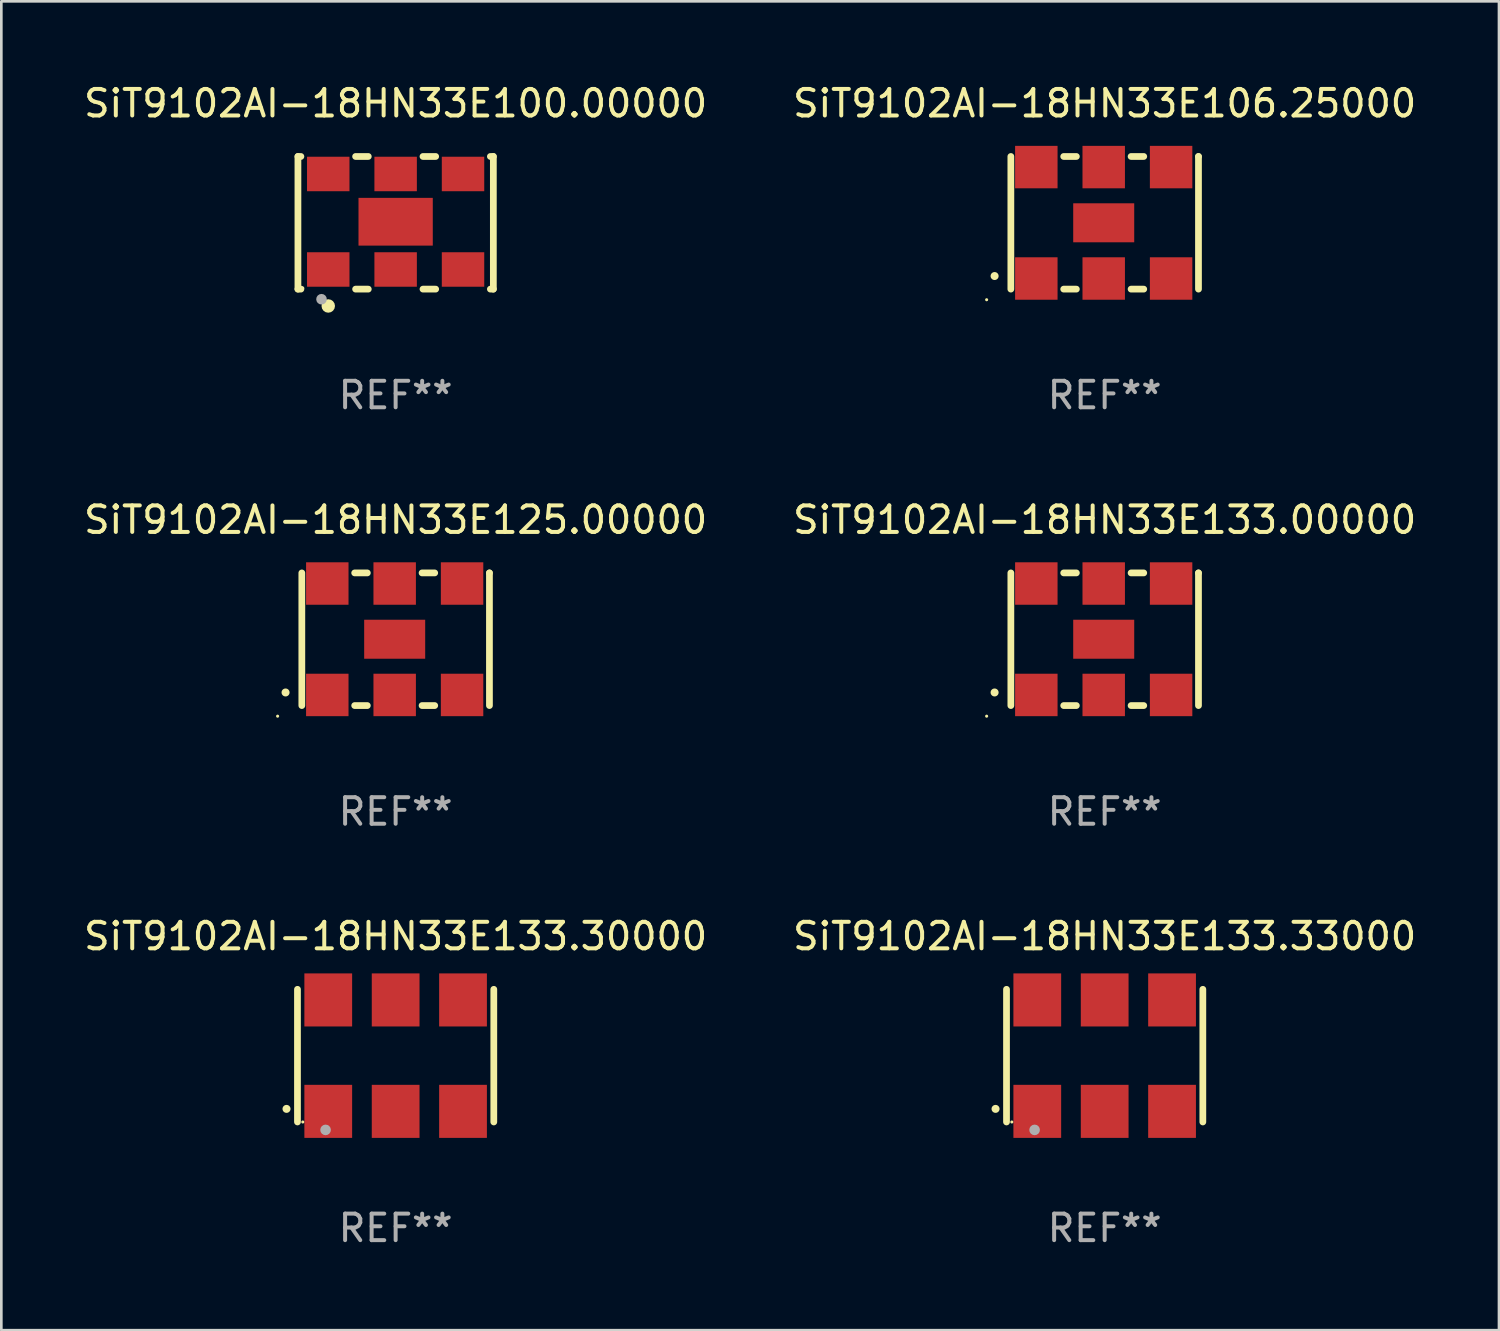
<source format=kicad_pcb>
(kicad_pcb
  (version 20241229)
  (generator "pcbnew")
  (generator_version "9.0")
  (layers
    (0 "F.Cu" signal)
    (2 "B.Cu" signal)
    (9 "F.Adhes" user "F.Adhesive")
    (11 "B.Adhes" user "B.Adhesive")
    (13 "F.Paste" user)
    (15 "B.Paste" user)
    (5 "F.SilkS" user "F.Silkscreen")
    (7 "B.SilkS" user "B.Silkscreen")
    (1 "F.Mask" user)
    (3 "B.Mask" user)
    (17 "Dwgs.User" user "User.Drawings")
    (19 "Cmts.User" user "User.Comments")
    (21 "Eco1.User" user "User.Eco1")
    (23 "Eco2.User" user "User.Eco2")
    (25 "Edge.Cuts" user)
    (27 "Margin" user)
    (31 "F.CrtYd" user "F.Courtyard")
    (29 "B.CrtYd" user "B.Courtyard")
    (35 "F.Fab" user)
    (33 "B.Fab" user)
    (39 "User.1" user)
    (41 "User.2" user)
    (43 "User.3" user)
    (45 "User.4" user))
  (footprint "SiT9102AI-18HN33E133.00000"
    (layer "F.Cu")
    (at 38.589 21.045)
    (property "Reference" "SiT9102AI-18HN33E133.00000" (at 0 -4.5 0) (layer "F.SilkS") (effects (font (size 1 1) (thickness 0.15))))
    (attr through_hole)
    (fp_line (start -3.536 -2.5) (end -3.536 2.5) (stroke (width 0.254) (type solid)) (layer "F.SilkS"))
    (fp_line (start -1.544 2.5) (end -1.067 2.5) (stroke (width 0.254) (type solid)) (layer "F.SilkS"))
    (fp_line (start -1.067 -2.5) (end -1.544 -2.5) (stroke (width 0.254) (type solid)) (layer "F.SilkS"))
    (fp_line (start 0.996 2.5) (end 1.473 2.5) (stroke (width 0.254) (type solid)) (layer "F.SilkS"))
    (fp_line (start 1.473 -2.5) (end 0.996 -2.5) (stroke (width 0.254) (type solid)) (layer "F.SilkS"))
    (fp_line (start 3.536 -2.5) (end 3.536 -2.5) (stroke (width 0.254) (type solid)) (layer "F.SilkS"))
    (fp_line (start 3.536 2.5) (end 3.536 -2.5) (stroke (width 0.254) (type solid)) (layer "F.SilkS"))
    (fp_arc (start -4.150432 2.006604) (mid -4.149162 2.006599) (end -4.147892 2.006604) (stroke (width 0.3) (type solid)) (layer "F.SilkS"))
    (fp_circle (center -4.449 2.9) (end -4.419 2.9) (stroke (width 0.06) (type solid)) (fill no) (layer "F.SilkS"))
    (fp_text user "REF**" (at 0 6.5 0) (layer "F.Fab") (effects (font (size 1 1) (thickness 0.15))))
    (pad "1" smd rect (at -2.576 2.1) (size 1.6 1.6) (layers "F.Cu" "F.Mask" "F.Paste"))
    (pad "2" smd rect (at -0.036 2.1) (size 1.6 1.6) (layers "F.Cu" "F.Mask" "F.Paste"))
    (pad "3" smd rect (at 2.504 2.1) (size 1.6 1.6) (layers "F.Cu" "F.Mask" "F.Paste"))
    (pad "4" smd rect (at 2.504 -2.1) (size 1.6 1.6) (layers "F.Cu" "F.Mask" "F.Paste"))
    (pad "5" smd rect (at -0.036 -2.1) (size 1.6 1.6) (layers "F.Cu" "F.Mask" "F.Paste"))
    (pad "6" smd rect (at -2.576 -2.1) (size 1.6 1.6) (layers "F.Cu" "F.Mask" "F.Paste"))
    (pad "7" smd rect (at -0.036 0) (size 2.3 1.47) (layers "F.Cu" "F.Mask" "F.Paste")))
  (footprint "SiT9102AI-18HN33E106.25000"
    (layer "F.Cu")
    (at 38.589 5.348)
    (property "Reference" "SiT9102AI-18HN33E106.25000" (at 0 -4.5 0) (layer "F.SilkS") (effects (font (size 1 1) (thickness 0.15))))
    (attr through_hole)
    (fp_line (start -3.536 -2.5) (end -3.536 2.5) (stroke (width 0.254) (type solid)) (layer "F.SilkS"))
    (fp_line (start -1.544 2.5) (end -1.067 2.5) (stroke (width 0.254) (type solid)) (layer "F.SilkS"))
    (fp_line (start -1.067 -2.5) (end -1.544 -2.5) (stroke (width 0.254) (type solid)) (layer "F.SilkS"))
    (fp_line (start 0.996 2.5) (end 1.473 2.5) (stroke (width 0.254) (type solid)) (layer "F.SilkS"))
    (fp_line (start 1.473 -2.5) (end 0.996 -2.5) (stroke (width 0.254) (type solid)) (layer "F.SilkS"))
    (fp_line (start 3.536 -2.5) (end 3.536 -2.5) (stroke (width 0.254) (type solid)) (layer "F.SilkS"))
    (fp_line (start 3.536 2.5) (end 3.536 -2.5) (stroke (width 0.254) (type solid)) (layer "F.SilkS"))
    (fp_arc (start -4.150432 2.006604) (mid -4.149162 2.006599) (end -4.147892 2.006604) (stroke (width 0.3) (type solid)) (layer "F.SilkS"))
    (fp_circle (center -4.449 2.9) (end -4.419 2.9) (stroke (width 0.06) (type solid)) (fill no) (layer "F.SilkS"))
    (fp_text user "REF**" (at 0 6.5 0) (layer "F.Fab") (effects (font (size 1 1) (thickness 0.15))))
    (pad "1" smd rect (at -2.576 2.1) (size 1.6 1.6) (layers "F.Cu" "F.Mask" "F.Paste"))
    (pad "2" smd rect (at -0.036 2.1) (size 1.6 1.6) (layers "F.Cu" "F.Mask" "F.Paste"))
    (pad "3" smd rect (at 2.504 2.1) (size 1.6 1.6) (layers "F.Cu" "F.Mask" "F.Paste"))
    (pad "4" smd rect (at 2.504 -2.1) (size 1.6 1.6) (layers "F.Cu" "F.Mask" "F.Paste"))
    (pad "5" smd rect (at -0.036 -2.1) (size 1.6 1.6) (layers "F.Cu" "F.Mask" "F.Paste"))
    (pad "6" smd rect (at -2.576 -2.1) (size 1.6 1.6) (layers "F.Cu" "F.Mask" "F.Paste"))
    (pad "7" smd rect (at -0.036 0) (size 2.3 1.47) (layers "F.Cu" "F.Mask" "F.Paste")))
  (footprint "SiT9102AI-18HN33E133.30000"
    (layer "F.Cu")
    (at 11.863 36.741)
    (property "Reference" "SiT9102AI-18HN33E133.30000" (at 0 -4.5 0) (layer "F.SilkS") (effects (font (size 1 1) (thickness 0.15))))
    (attr through_hole)
    (fp_line (start -3.7 -2.5) (end -3.7 2.5) (stroke (width 0.254) (type solid)) (layer "F.SilkS"))
    (fp_line (start 3.7 -2.5) (end 3.7 2.5) (stroke (width 0.254) (type solid)) (layer "F.SilkS"))
    (fp_arc (start -4.114415 2.006604) (mid -4.113145 2.006599) (end -4.111875 2.006604) (stroke (width 0.3) (type solid)) (layer "F.SilkS"))
    (fp_circle (center -3.5 2.501) (end -3.47 2.501) (stroke (width 0.06) (type solid)) (fill no) (layer "F.SilkS"))
    (fp_circle (center -2.641 2.799) (end -2.541 2.799) (stroke (width 0.2) (type solid)) (fill no) (layer "F.Fab"))
    (fp_text user "REF**" (at 0 6.5 0) (layer "F.Fab") (effects (font (size 1 1) (thickness 0.15))))
    (pad "1" smd rect (at -2.54 2.1) (size 1.8 2) (layers "F.Cu" "F.Mask" "F.Paste"))
    (pad "2" smd rect (at 0.000394 2.1) (size 1.8 2) (layers "F.Cu" "F.Mask" "F.Paste"))
    (pad "3" smd rect (at 2.54 2.1) (size 1.8 2) (layers "F.Cu" "F.Mask" "F.Paste"))
    (pad "4" smd rect (at 2.54 -2.1) (size 1.8 2) (layers "F.Cu" "F.Mask" "F.Paste"))
    (pad "5" smd rect (at 0.000394 -2.1) (size 1.8 2) (layers "F.Cu" "F.Mask" "F.Paste"))
    (pad "6" smd rect (at -2.54 -2.1) (size 1.8 2) (layers "F.Cu" "F.Mask" "F.Paste")))
  (footprint "SiT9102AI-18HN33E100.00000"
    (layer "F.Cu")
    (at 11.863 5.348)
    (property "Reference" "SiT9102AI-18HN33E100.00000" (at 0 -4.5 0) (layer "F.SilkS") (effects (font (size 1 1) (thickness 0.15))))
    (attr through_hole)
    (fp_line (start -3.683 -2.5) (end -3.571 -2.5) (stroke (width 0.254) (type solid)) (layer "F.SilkS"))
    (fp_line (start -3.683 2.5) (end -3.683 -2.5) (stroke (width 0.254) (type solid)) (layer "F.SilkS"))
    (fp_line (start -3.683 2.5) (end -3.571 2.5) (stroke (width 0.254) (type solid)) (layer "F.SilkS"))
    (fp_line (start -1.509 -2.5) (end -1.031 -2.5) (stroke (width 0.254) (type solid)) (layer "F.SilkS"))
    (fp_line (start -1.509 2.5) (end -1.031 2.5) (stroke (width 0.254) (type solid)) (layer "F.SilkS"))
    (fp_line (start 1.031 -2.5) (end 1.509 -2.5) (stroke (width 0.254) (type solid)) (layer "F.SilkS"))
    (fp_line (start 1.031 2.5) (end 1.509 2.5) (stroke (width 0.254) (type solid)) (layer "F.SilkS"))
    (fp_line (start 3.571 -2.5) (end 3.683 -2.5) (stroke (width 0.254) (type solid)) (layer "F.SilkS"))
    (fp_line (start 3.571 2.5) (end 3.683 2.5) (stroke (width 0.254) (type solid)) (layer "F.SilkS"))
    (fp_line (start 3.683 2.5) (end 3.683 -2.5) (stroke (width 0.254) (type solid)) (layer "F.SilkS"))
    (fp_circle (center -3.5 2.46) (end -3.47 2.46) (stroke (width 0.06) (type solid)) (fill no) (layer "F.SilkS"))
    (fp_circle (center -2.54 3.135) (end -2.413 3.135) (stroke (width 0.254) (type solid)) (fill no) (layer "F.SilkS"))
    (fp_circle (center -2.794 2.881) (end -2.694 2.881) (stroke (width 0.2) (type solid)) (fill no) (layer "F.Fab"))
    (fp_text user "REF**" (at 0 6.5 0) (layer "F.Fab") (effects (font (size 1 1) (thickness 0.15))))
    (pad "1" smd rect (at -2.54 1.76) (size 1.6 1.3) (layers "F.Cu" "F.Mask" "F.Paste"))
    (pad "2" smd rect (at 0 1.76) (size 1.6 1.3) (layers "F.Cu" "F.Mask" "F.Paste"))
    (pad "3" smd rect (at 2.54 1.76) (size 1.6 1.3) (layers "F.Cu" "F.Mask" "F.Paste"))
    (pad "4" smd rect (at 2.54 -1.84) (size 1.6 1.3) (layers "F.Cu" "F.Mask" "F.Paste"))
    (pad "5" smd rect (at 0 -1.84) (size 1.6 1.3) (layers "F.Cu" "F.Mask" "F.Paste"))
    (pad "6" smd rect (at -2.54 -1.84) (size 1.6 1.3) (layers "F.Cu" "F.Mask" "F.Paste"))
    (pad "7" smd rect (at 0 -0.04) (size 2.8 1.8) (layers "F.Cu" "F.Mask" "F.Paste")))
  (footprint "SiT9102AI-18HN33E125.00000"
    (layer "F.Cu")
    (at 11.863 21.045)
    (property "Reference" "SiT9102AI-18HN33E125.00000" (at 0 -4.5 0) (layer "F.SilkS") (effects (font (size 1 1) (thickness 0.15))))
    (attr through_hole)
    (fp_line (start -3.536 -2.5) (end -3.536 2.5) (stroke (width 0.254) (type solid)) (layer "F.SilkS"))
    (fp_line (start -1.544 2.5) (end -1.067 2.5) (stroke (width 0.254) (type solid)) (layer "F.SilkS"))
    (fp_line (start -1.067 -2.5) (end -1.544 -2.5) (stroke (width 0.254) (type solid)) (layer "F.SilkS"))
    (fp_line (start 0.996 2.5) (end 1.473 2.5) (stroke (width 0.254) (type solid)) (layer "F.SilkS"))
    (fp_line (start 1.473 -2.5) (end 0.996 -2.5) (stroke (width 0.254) (type solid)) (layer "F.SilkS"))
    (fp_line (start 3.536 -2.5) (end 3.536 -2.5) (stroke (width 0.254) (type solid)) (layer "F.SilkS"))
    (fp_line (start 3.536 2.5) (end 3.536 -2.5) (stroke (width 0.254) (type solid)) (layer "F.SilkS"))
    (fp_arc (start -4.150432 2.006604) (mid -4.149162 2.006599) (end -4.147892 2.006604) (stroke (width 0.3) (type solid)) (layer "F.SilkS"))
    (fp_circle (center -4.449 2.9) (end -4.419 2.9) (stroke (width 0.06) (type solid)) (fill no) (layer "F.SilkS"))
    (fp_text user "REF**" (at 0 6.5 0) (layer "F.Fab") (effects (font (size 1 1) (thickness 0.15))))
    (pad "1" smd rect (at -2.576 2.1) (size 1.6 1.6) (layers "F.Cu" "F.Mask" "F.Paste"))
    (pad "2" smd rect (at -0.036 2.1) (size 1.6 1.6) (layers "F.Cu" "F.Mask" "F.Paste"))
    (pad "3" smd rect (at 2.504 2.1) (size 1.6 1.6) (layers "F.Cu" "F.Mask" "F.Paste"))
    (pad "4" smd rect (at 2.504 -2.1) (size 1.6 1.6) (layers "F.Cu" "F.Mask" "F.Paste"))
    (pad "5" smd rect (at -0.036 -2.1) (size 1.6 1.6) (layers "F.Cu" "F.Mask" "F.Paste"))
    (pad "6" smd rect (at -2.576 -2.1) (size 1.6 1.6) (layers "F.Cu" "F.Mask" "F.Paste"))
    (pad "7" smd rect (at -0.036 0) (size 2.3 1.47) (layers "F.Cu" "F.Mask" "F.Paste")))
  (footprint "SiT9102AI-18HN33E133.33000"
    (layer "F.Cu")
    (at 38.589 36.741)
    (property "Reference" "SiT9102AI-18HN33E133.33000" (at 0 -4.5 0) (layer "F.SilkS") (effects (font (size 1 1) (thickness 0.15))))
    (attr through_hole)
    (fp_line (start -3.7 -2.5) (end -3.7 2.5) (stroke (width 0.254) (type solid)) (layer "F.SilkS"))
    (fp_line (start 3.7 -2.5) (end 3.7 2.5) (stroke (width 0.254) (type solid)) (layer "F.SilkS"))
    (fp_arc (start -4.114415 2.006604) (mid -4.113145 2.006599) (end -4.111875 2.006604) (stroke (width 0.3) (type solid)) (layer "F.SilkS"))
    (fp_circle (center -3.5 2.501) (end -3.47 2.501) (stroke (width 0.06) (type solid)) (fill no) (layer "F.SilkS"))
    (fp_circle (center -2.641 2.799) (end -2.541 2.799) (stroke (width 0.2) (type solid)) (fill no) (layer "F.Fab"))
    (fp_text user "REF**" (at 0 6.5 0) (layer "F.Fab") (effects (font (size 1 1) (thickness 0.15))))
    (pad "1" smd rect (at -2.54 2.1) (size 1.8 2) (layers "F.Cu" "F.Mask" "F.Paste"))
    (pad "2" smd rect (at 0.000394 2.1) (size 1.8 2) (layers "F.Cu" "F.Mask" "F.Paste"))
    (pad "3" smd rect (at 2.54 2.1) (size 1.8 2) (layers "F.Cu" "F.Mask" "F.Paste"))
    (pad "4" smd rect (at 2.54 -2.1) (size 1.8 2) (layers "F.Cu" "F.Mask" "F.Paste"))
    (pad "5" smd rect (at 0.000394 -2.1) (size 1.8 2) (layers "F.Cu" "F.Mask" "F.Paste"))
    (pad "6" smd rect (at -2.54 -2.1) (size 1.8 2) (layers "F.Cu" "F.Mask" "F.Paste")))
  (gr_rect
    (start -3 -3)
    (end 53.452 47.09)
    (stroke (width 0.1) (type default))
    (fill no)
    (layer "Edge.Cuts")))
</source>
